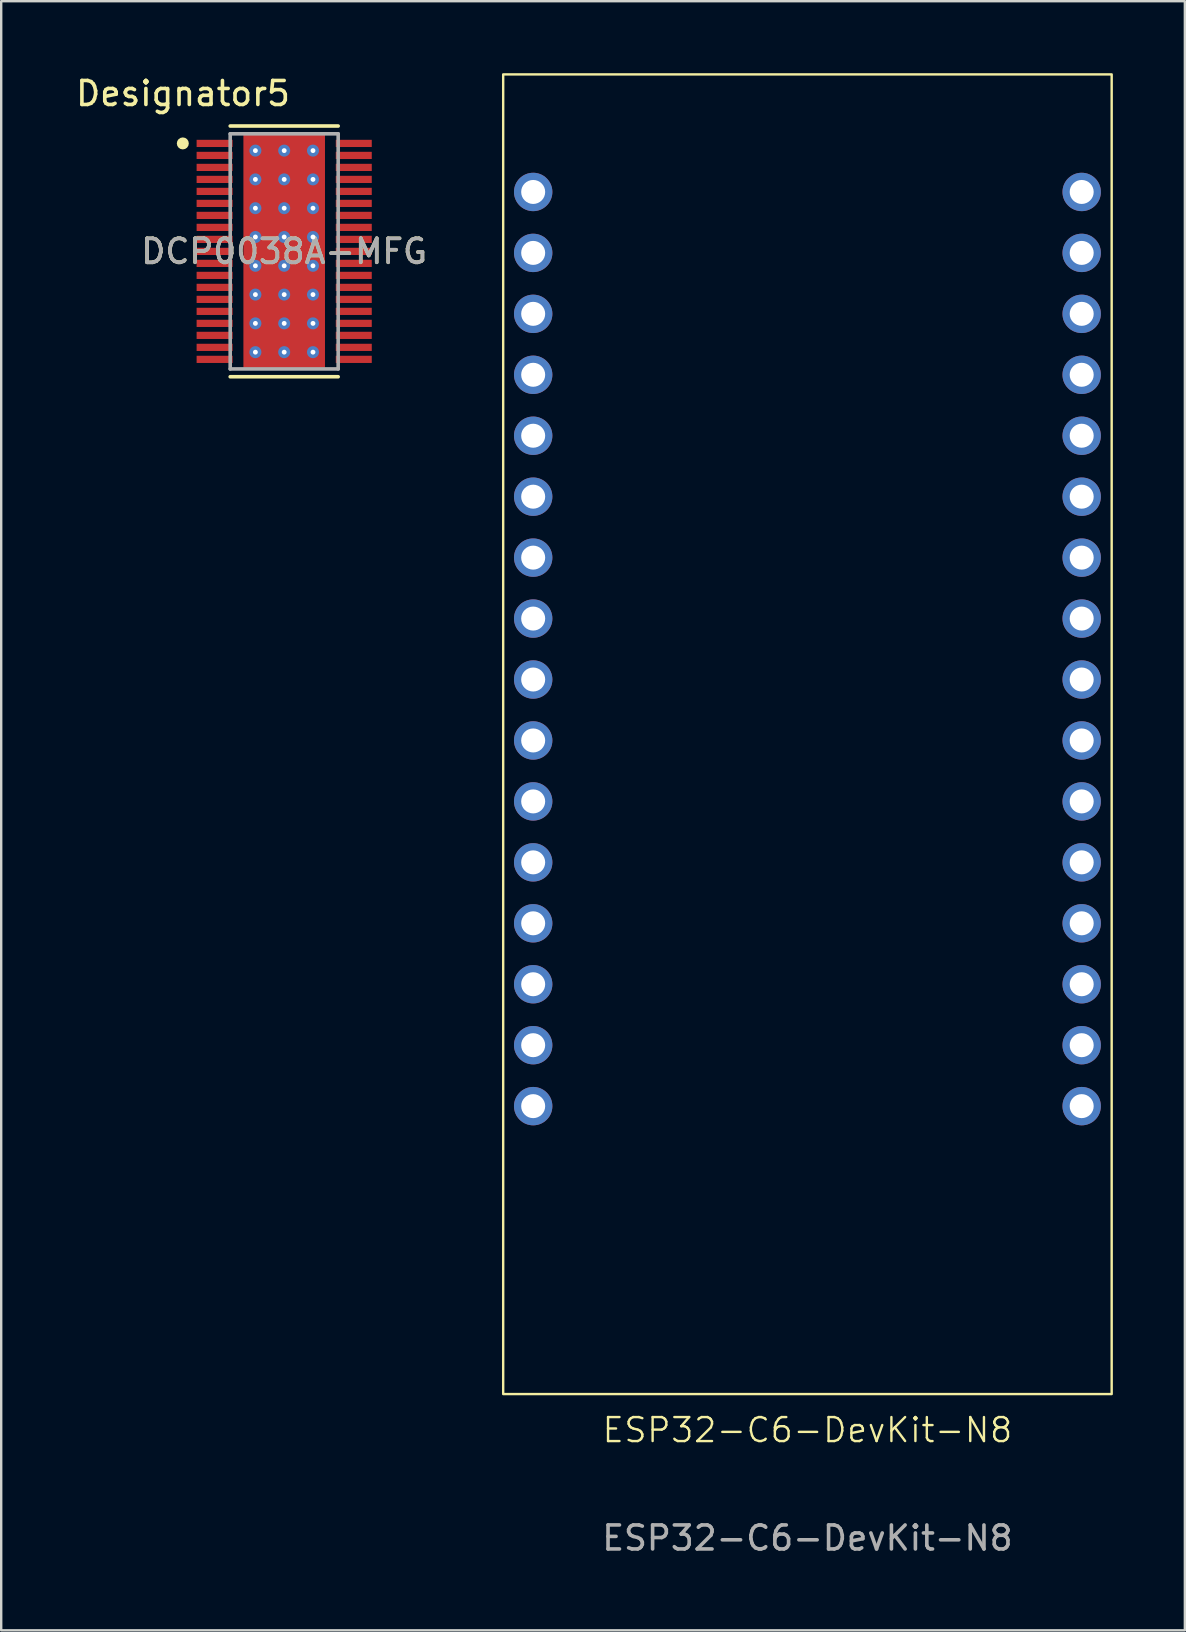
<source format=kicad_pcb>
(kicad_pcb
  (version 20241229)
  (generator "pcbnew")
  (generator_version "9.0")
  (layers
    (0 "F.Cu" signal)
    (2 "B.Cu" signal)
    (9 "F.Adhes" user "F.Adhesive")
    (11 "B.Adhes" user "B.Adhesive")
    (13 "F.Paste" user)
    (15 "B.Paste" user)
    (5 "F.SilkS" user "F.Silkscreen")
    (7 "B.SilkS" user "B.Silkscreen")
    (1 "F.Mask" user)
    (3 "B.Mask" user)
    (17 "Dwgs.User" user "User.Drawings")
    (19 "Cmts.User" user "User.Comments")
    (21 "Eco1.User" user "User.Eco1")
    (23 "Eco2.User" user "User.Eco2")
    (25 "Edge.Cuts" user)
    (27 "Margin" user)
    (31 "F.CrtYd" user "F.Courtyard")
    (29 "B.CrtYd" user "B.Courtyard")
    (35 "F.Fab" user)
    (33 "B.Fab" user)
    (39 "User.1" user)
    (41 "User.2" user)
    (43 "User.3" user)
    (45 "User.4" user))
  (footprint "DCP0038A-MFG"
    (layer "F.Cu")
    (at 8.794 7.427)
    (property "Reference" "DCP0038A-MFG" (at 0 0 0) (unlocked yes) (layer "F.SilkS") (effects (font (size 1 1) (thickness 0.15))))
    (attr smd)
    (fp_poly (pts (xy 1.45 -2.3) (xy 1.45 2.3) (xy 1.4 2.35) (xy -1.4 2.35) (xy -1.45 2.3) (xy -1.45 -2.3) (xy -1.4 -2.35) (xy 1.4 -2.35)) (stroke (width 0) (type solid)) (fill yes) (layer "F.Mask"))
    (fp_line (start -2.25 -5.225) (end 2.25 -5.225) (stroke (width 0.15) (type solid)) (layer "F.SilkS"))
    (fp_line (start -2.25 5.225) (end 2.25 5.225) (stroke (width 0.15) (type solid)) (layer "F.SilkS"))
    (fp_circle (center -4.225 -4.5) (end -4.1 -4.5) (stroke (width 0.25) (type solid)) (fill no) (layer "F.SilkS"))
    (fp_poly (pts (xy 1.45 -2.3) (xy 1.45 2.3) (xy 1.4 2.35) (xy -1.4 2.35) (xy -1.45 2.3) (xy -1.45 -2.3) (xy -1.4 -2.35) (xy 1.4 -2.35)) (stroke (width 0) (type solid)) (fill yes) (layer "F.Paste"))
    (fp_line (start -2.25 -4.9) (end 2.25 -4.9) (stroke (width 0.15) (type solid)) (layer "F.Fab"))
    (fp_line (start -2.25 4.9) (end -2.25 -4.9) (stroke (width 0.15) (type solid)) (layer "F.Fab"))
    (fp_line (start -2.25 4.9) (end 2.25 4.9) (stroke (width 0.15) (type solid)) (layer "F.Fab"))
    (fp_line (start 2.25 4.9) (end 2.25 -4.9) (stroke (width 0.15) (type solid)) (layer "F.Fab"))
    (fp_text user "Designator5" (at -4.216 -6.579 0) (unlocked yes) (layer "F.SilkS") (effects (font (size 1 1) (thickness 0.15))))
    (fp_text user "${REFERENCE}" (at 0 0 0) (unlocked yes) (layer "F.Fab") (effects (font (size 1 1) (thickness 0.15))))
    (pad "1" smd rect (at -2.9 -4.5) (size 1.5 0.3) (layers "F.Cu" "F.Mask" "F.Paste"))
    (pad "2" smd rect (at -2.9 -4) (size 1.5 0.3) (layers "F.Cu" "F.Mask" "F.Paste"))
    (pad "3" smd rect (at -2.9 -3.5) (size 1.5 0.3) (layers "F.Cu" "F.Mask" "F.Paste"))
    (pad "4" smd rect (at -2.9 -3) (size 1.5 0.3) (layers "F.Cu" "F.Mask" "F.Paste"))
    (pad "5" smd rect (at -2.9 -2.5) (size 1.5 0.3) (layers "F.Cu" "F.Mask" "F.Paste"))
    (pad "6" smd rect (at -2.9 -2) (size 1.5 0.3) (layers "F.Cu" "F.Mask" "F.Paste"))
    (pad "7" smd rect (at -2.9 -1.5) (size 1.5 0.3) (layers "F.Cu" "F.Mask" "F.Paste"))
    (pad "8" smd rect (at -2.9 -1) (size 1.5 0.3) (layers "F.Cu" "F.Mask" "F.Paste"))
    (pad "9" smd rect (at -2.9 -0.5) (size 1.5 0.3) (layers "F.Cu" "F.Mask" "F.Paste"))
    (pad "10" smd rect (at -2.9 0) (size 1.5 0.3) (layers "F.Cu" "F.Mask" "F.Paste"))
    (pad "11" smd rect (at -2.9 0.5) (size 1.5 0.3) (layers "F.Cu" "F.Mask" "F.Paste"))
    (pad "12" smd rect (at -2.9 1) (size 1.5 0.3) (layers "F.Cu" "F.Mask" "F.Paste"))
    (pad "13" smd rect (at -2.9 1.5) (size 1.5 0.3) (layers "F.Cu" "F.Mask" "F.Paste"))
    (pad "14" smd rect (at -2.9 2) (size 1.5 0.3) (layers "F.Cu" "F.Mask" "F.Paste"))
    (pad "15" smd rect (at -2.9 2.5) (size 1.5 0.3) (layers "F.Cu" "F.Mask" "F.Paste"))
    (pad "16" smd rect (at -2.9 3) (size 1.5 0.3) (layers "F.Cu" "F.Mask" "F.Paste"))
    (pad "17" smd rect (at -2.9 3.5) (size 1.5 0.3) (layers "F.Cu" "F.Mask" "F.Paste"))
    (pad "18" smd rect (at -2.9 4) (size 1.5 0.3) (layers "F.Cu" "F.Mask" "F.Paste"))
    (pad "19" smd rect (at -2.9 4.5) (size 1.5 0.3) (layers "F.Cu" "F.Mask" "F.Paste"))
    (pad "20" smd rect (at 2.9 4.5) (size 1.5 0.3) (layers "F.Cu" "F.Mask" "F.Paste"))
    (pad "21" smd rect (at 2.9 4) (size 1.5 0.3) (layers "F.Cu" "F.Mask" "F.Paste"))
    (pad "22" smd rect (at 2.9 3.5) (size 1.5 0.3) (layers "F.Cu" "F.Mask" "F.Paste"))
    (pad "23" smd rect (at 2.9 3) (size 1.5 0.3) (layers "F.Cu" "F.Mask" "F.Paste"))
    (pad "24" smd rect (at 2.9 2.5) (size 1.5 0.3) (layers "F.Cu" "F.Mask" "F.Paste"))
    (pad "25" smd rect (at 2.9 2) (size 1.5 0.3) (layers "F.Cu" "F.Mask" "F.Paste"))
    (pad "26" smd rect (at 2.9 1.5) (size 1.5 0.3) (layers "F.Cu" "F.Mask" "F.Paste"))
    (pad "27" smd rect (at 2.9 1) (size 1.5 0.3) (layers "F.Cu" "F.Mask" "F.Paste"))
    (pad "28" smd rect (at 2.9 0.5) (size 1.5 0.3) (layers "F.Cu" "F.Mask" "F.Paste"))
    (pad "29" smd rect (at 2.9 0) (size 1.5 0.3) (layers "F.Cu" "F.Mask" "F.Paste"))
    (pad "30" smd rect (at 2.9 -0.5) (size 1.5 0.3) (layers "F.Cu" "F.Mask" "F.Paste"))
    (pad "31" smd rect (at 2.9 -1) (size 1.5 0.3) (layers "F.Cu" "F.Mask" "F.Paste"))
    (pad "32" smd rect (at 2.9 -1.5) (size 1.5 0.3) (layers "F.Cu" "F.Mask" "F.Paste"))
    (pad "33" smd rect (at 2.9 -2) (size 1.5 0.3) (layers "F.Cu" "F.Mask" "F.Paste"))
    (pad "34" smd rect (at 2.9 -2.5) (size 1.5 0.3) (layers "F.Cu" "F.Mask" "F.Paste"))
    (pad "35" smd rect (at 2.9 -3) (size 1.5 0.3) (layers "F.Cu" "F.Mask" "F.Paste"))
    (pad "36" smd rect (at 2.9 -3.5) (size 1.5 0.3) (layers "F.Cu" "F.Mask" "F.Paste"))
    (pad "37" smd rect (at 2.9 -4) (size 1.5 0.3) (layers "F.Cu" "F.Mask" "F.Paste"))
    (pad "38" smd rect (at 2.9 -4.5) (size 1.5 0.3) (layers "F.Cu" "F.Mask" "F.Paste"))
    (pad "39" smd rect (at 0 0) (size 3.4 9.7) (layers "F.Cu"))
    (pad "40" thru_hole circle (at 0 4.2) (size 0.5 0.5) (drill 0.203) (layers "*.Cu" "*.Mask"))
    (pad "41" thru_hole circle (at 0 3) (size 0.5 0.5) (drill 0.203) (layers "*.Cu" "*.Mask"))
    (pad "42" thru_hole circle (at 0 1.8) (size 0.5 0.5) (drill 0.203) (layers "*.Cu" "*.Mask"))
    (pad "43" thru_hole circle (at 0 0.6) (size 0.5 0.5) (drill 0.203) (layers "*.Cu" "*.Mask"))
    (pad "44" thru_hole circle (at 0 -0.6) (size 0.5 0.5) (drill 0.203) (layers "*.Cu" "*.Mask"))
    (pad "45" thru_hole circle (at 0 -1.8) (size 0.5 0.5) (drill 0.203) (layers "*.Cu" "*.Mask"))
    (pad "46" thru_hole circle (at 0 -3) (size 0.5 0.5) (drill 0.203) (layers "*.Cu" "*.Mask"))
    (pad "47" thru_hole circle (at 0 -4.2) (size 0.5 0.5) (drill 0.203) (layers "*.Cu" "*.Mask"))
    (pad "48" thru_hole circle (at 1.2 4.2) (size 0.5 0.5) (drill 0.203) (layers "*.Cu" "*.Mask"))
    (pad "49" thru_hole circle (at 1.2 3) (size 0.5 0.5) (drill 0.203) (layers "*.Cu" "*.Mask"))
    (pad "50" thru_hole circle (at 1.2 1.8) (size 0.5 0.5) (drill 0.203) (layers "*.Cu" "*.Mask"))
    (pad "51" thru_hole circle (at 1.2 0.6) (size 0.5 0.5) (drill 0.203) (layers "*.Cu" "*.Mask"))
    (pad "52" thru_hole circle (at 1.2 -0.6) (size 0.5 0.5) (drill 0.203) (layers "*.Cu" "*.Mask"))
    (pad "53" thru_hole circle (at 1.2 -1.8) (size 0.5 0.5) (drill 0.203) (layers "*.Cu" "*.Mask"))
    (pad "54" thru_hole circle (at 1.2 -3) (size 0.5 0.5) (drill 0.203) (layers "*.Cu" "*.Mask"))
    (pad "55" thru_hole circle (at 1.2 -4.2) (size 0.5 0.5) (drill 0.203) (layers "*.Cu" "*.Mask"))
    (pad "56" thru_hole circle (at -1.2 4.2) (size 0.5 0.5) (drill 0.203) (layers "*.Cu" "*.Mask"))
    (pad "57" thru_hole circle (at -1.2 3) (size 0.5 0.5) (drill 0.203) (layers "*.Cu" "*.Mask"))
    (pad "58" thru_hole circle (at -1.2 1.8) (size 0.5 0.5) (drill 0.203) (layers "*.Cu" "*.Mask"))
    (pad "59" thru_hole circle (at -1.2 0.6) (size 0.5 0.5) (drill 0.203) (layers "*.Cu" "*.Mask"))
    (pad "60" thru_hole circle (at -1.2 -0.6) (size 0.5 0.5) (drill 0.203) (layers "*.Cu" "*.Mask"))
    (pad "61" thru_hole circle (at -1.2 -1.8) (size 0.5 0.5) (drill 0.203) (layers "*.Cu" "*.Mask"))
    (pad "62" thru_hole circle (at -1.2 -3) (size 0.5 0.5) (drill 0.203) (layers "*.Cu" "*.Mask"))
    (pad "63" thru_hole circle (at -1.2 -4.2) (size 0.5 0.5) (drill 0.203) (layers "*.Cu" "*.Mask")))
  (footprint "ESP32-C6-DevKit-N8"
    (layer "F.Cu")
    (at 30.601 27.55)
    (property "Reference" "ESP32-C6-DevKit-N8" (at 0 29 0) (unlocked yes) (layer "F.SilkS") (effects (font (size 1 1) (thickness 0.1))))
    (attr through_hole)
    (fp_rect (start -12.68 -27.5) (end 12.68 27.5) (stroke (width 0.1) (type default)) (fill no) (layer "F.SilkS"))
    (fp_text user "${REFERENCE}" (at 0 33.5 0) (unlocked yes) (layer "F.Fab") (effects (font (size 1 1) (thickness 0.15))))
    (pad "1" thru_hole circle (at -11.43 -22.6) (size 1.6 1.6) (drill 1) (layers "*.Cu" "*.Mask"))
    (pad "2" thru_hole circle (at -11.43 -20.06) (size 1.6 1.6) (drill 1) (layers "*.Cu" "*.Mask"))
    (pad "3" thru_hole circle (at -11.43 -17.52) (size 1.6 1.6) (drill 1) (layers "*.Cu" "*.Mask"))
    (pad "4" thru_hole circle (at -11.43 -14.98) (size 1.6 1.6) (drill 1) (layers "*.Cu" "*.Mask"))
    (pad "5" thru_hole circle (at -11.43 -12.44) (size 1.6 1.6) (drill 1) (layers "*.Cu" "*.Mask"))
    (pad "6" thru_hole circle (at -11.43 -9.9) (size 1.6 1.6) (drill 1) (layers "*.Cu" "*.Mask"))
    (pad "7" thru_hole circle (at -11.43 -7.36) (size 1.6 1.6) (drill 1) (layers "*.Cu" "*.Mask"))
    (pad "8" thru_hole circle (at -11.43 -4.82) (size 1.6 1.6) (drill 1) (layers "*.Cu" "*.Mask"))
    (pad "9" thru_hole circle (at -11.43 -2.28) (size 1.6 1.6) (drill 1) (layers "*.Cu" "*.Mask"))
    (pad "10" thru_hole circle (at -11.43 0.26) (size 1.6 1.6) (drill 1) (layers "*.Cu" "*.Mask"))
    (pad "11" thru_hole circle (at -11.43 2.8) (size 1.6 1.6) (drill 1) (layers "*.Cu" "*.Mask"))
    (pad "12" thru_hole circle (at -11.43 5.34) (size 1.6 1.6) (drill 1) (layers "*.Cu" "*.Mask"))
    (pad "13" thru_hole circle (at -11.43 7.88) (size 1.6 1.6) (drill 1) (layers "*.Cu" "*.Mask"))
    (pad "14" thru_hole circle (at -11.43 10.42) (size 1.6 1.6) (drill 1) (layers "*.Cu" "*.Mask"))
    (pad "15" thru_hole circle (at -11.43 12.96) (size 1.6 1.6) (drill 1) (layers "*.Cu" "*.Mask"))
    (pad "16" thru_hole circle (at -11.43 15.5) (size 1.6 1.6) (drill 1) (layers "*.Cu" "*.Mask"))
    (pad "17" thru_hole circle (at 11.43 -22.6) (size 1.6 1.6) (drill 1) (layers "*.Cu" "*.Mask"))
    (pad "18" thru_hole circle (at 11.43 -20.06) (size 1.6 1.6) (drill 1) (layers "*.Cu" "*.Mask"))
    (pad "19" thru_hole circle (at 11.43 -17.52) (size 1.6 1.6) (drill 1) (layers "*.Cu" "*.Mask"))
    (pad "20" thru_hole circle (at 11.43 -14.98) (size 1.6 1.6) (drill 1) (layers "*.Cu" "*.Mask"))
    (pad "21" thru_hole circle (at 11.43 -12.44) (size 1.6 1.6) (drill 1) (layers "*.Cu" "*.Mask"))
    (pad "22" thru_hole circle (at 11.43 -9.9) (size 1.6 1.6) (drill 1) (layers "*.Cu" "*.Mask"))
    (pad "23" thru_hole circle (at 11.43 -7.36) (size 1.6 1.6) (drill 1) (layers "*.Cu" "*.Mask"))
    (pad "24" thru_hole circle (at 11.43 -4.82) (size 1.6 1.6) (drill 1) (layers "*.Cu" "*.Mask"))
    (pad "25" thru_hole circle (at 11.43 -2.28) (size 1.6 1.6) (drill 1) (layers "*.Cu" "*.Mask"))
    (pad "26" thru_hole circle (at 11.43 0.26) (size 1.6 1.6) (drill 1) (layers "*.Cu" "*.Mask"))
    (pad "27" thru_hole circle (at 11.43 2.8) (size 1.6 1.6) (drill 1) (layers "*.Cu" "*.Mask"))
    (pad "28" thru_hole circle (at 11.43 5.34) (size 1.6 1.6) (drill 1) (layers "*.Cu" "*.Mask"))
    (pad "29" thru_hole circle (at 11.43 7.88) (size 1.6 1.6) (drill 1) (layers "*.Cu" "*.Mask"))
    (pad "30" thru_hole circle (at 11.43 10.42) (size 1.6 1.6) (drill 1) (layers "*.Cu" "*.Mask"))
    (pad "31" thru_hole circle (at 11.43 12.96) (size 1.6 1.6) (drill 1) (layers "*.Cu" "*.Mask"))
    (pad "32" thru_hole circle (at 11.43 15.5) (size 1.6 1.6) (drill 1) (layers "*.Cu" "*.Mask")))
  (gr_rect
    (start -3 -3)
    (end 46.331 64.898)
    (stroke (width 0.1) (type default))
    (fill no)
    (layer "Edge.Cuts")))
</source>
